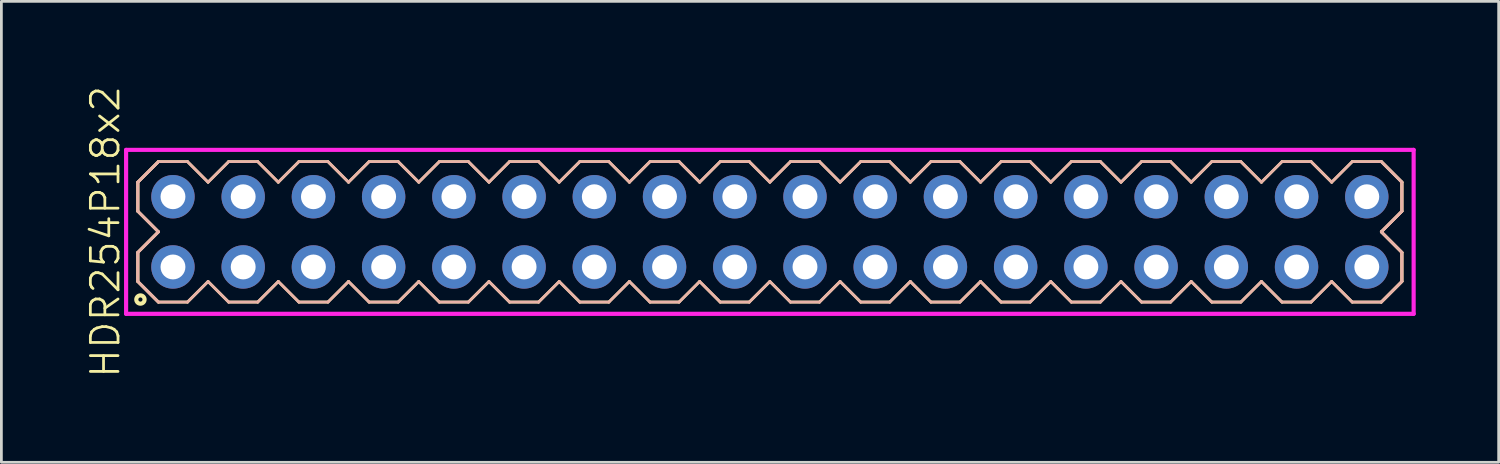
<source format=kicad_pcb>
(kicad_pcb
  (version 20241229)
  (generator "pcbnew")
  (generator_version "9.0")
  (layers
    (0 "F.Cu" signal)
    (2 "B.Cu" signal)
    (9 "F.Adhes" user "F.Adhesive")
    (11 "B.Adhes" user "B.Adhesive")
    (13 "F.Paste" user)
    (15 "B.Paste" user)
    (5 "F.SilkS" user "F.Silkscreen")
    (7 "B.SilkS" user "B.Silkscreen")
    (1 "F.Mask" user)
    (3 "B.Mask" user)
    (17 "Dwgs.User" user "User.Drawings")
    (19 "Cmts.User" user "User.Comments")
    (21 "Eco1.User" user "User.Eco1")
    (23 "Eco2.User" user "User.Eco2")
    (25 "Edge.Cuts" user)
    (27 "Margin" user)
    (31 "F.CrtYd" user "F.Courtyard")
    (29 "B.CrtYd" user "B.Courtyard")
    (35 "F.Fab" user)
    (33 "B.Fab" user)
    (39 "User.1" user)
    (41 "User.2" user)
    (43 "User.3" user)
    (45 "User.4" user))
  (footprint "HDR254P18x2"
    (layer "F.Cu")
    (at 24.796 5.336)
    (property "Reference" "HDR254P18x2" (at -24.035 0 90) (layer "F.SilkS") (effects (font (size 1 1) (thickness 0.1))))
    (attr through_hole)
    (fp_line (start -22.86 -1.796) (end -22.116 -2.54) (stroke (width 0.1) (type solid)) (layer "F.SilkS"))
    (fp_line (start -22.86 -1.796) (end -22.116 -2.54) (stroke (width 0.1) (type solid)) (layer "F.SilkS"))
    (fp_line (start -22.86 -0.744) (end -22.86 -1.796) (stroke (width 0.1) (type solid)) (layer "F.SilkS"))
    (fp_line (start -22.86 -0.744) (end -22.86 -1.796) (stroke (width 0.1) (type solid)) (layer "F.SilkS"))
    (fp_line (start -22.86 0.744) (end -22.116 0) (stroke (width 0.1) (type solid)) (layer "F.SilkS"))
    (fp_line (start -22.86 0.744) (end -22.116 0) (stroke (width 0.1) (type solid)) (layer "F.SilkS"))
    (fp_line (start -22.86 1.796) (end -22.86 0.744) (stroke (width 0.1) (type solid)) (layer "F.SilkS"))
    (fp_line (start -22.86 1.796) (end -22.86 0.744) (stroke (width 0.1) (type solid)) (layer "F.SilkS"))
    (fp_line (start -22.116 -2.54) (end -21.064 -2.54) (stroke (width 0.1) (type solid)) (layer "F.SilkS"))
    (fp_line (start -22.116 0) (end -22.86 -0.744) (stroke (width 0.1) (type solid)) (layer "F.SilkS"))
    (fp_line (start -22.116 0) (end -22.86 -0.744) (stroke (width 0.1) (type solid)) (layer "F.SilkS"))
    (fp_line (start -22.116 2.54) (end -22.86 1.796) (stroke (width 0.1) (type solid)) (layer "F.SilkS"))
    (fp_line (start -22.116 2.54) (end -22.86 1.796) (stroke (width 0.1) (type solid)) (layer "F.SilkS"))
    (fp_line (start -21.064 -2.54) (end -20.32 -1.796) (stroke (width 0.1) (type solid)) (layer "F.SilkS"))
    (fp_line (start -21.064 2.54) (end -22.116 2.54) (stroke (width 0.1) (type solid)) (layer "F.SilkS"))
    (fp_line (start -20.32 -1.796) (end -19.576 -2.54) (stroke (width 0.1) (type solid)) (layer "F.SilkS"))
    (fp_line (start -20.32 1.796) (end -21.064 2.54) (stroke (width 0.1) (type solid)) (layer "F.SilkS"))
    (fp_line (start -19.576 -2.54) (end -18.524 -2.54) (stroke (width 0.1) (type solid)) (layer "F.SilkS"))
    (fp_line (start -19.576 2.54) (end -20.32 1.796) (stroke (width 0.1) (type solid)) (layer "F.SilkS"))
    (fp_line (start -18.524 -2.54) (end -17.78 -1.796) (stroke (width 0.1) (type solid)) (layer "F.SilkS"))
    (fp_line (start -18.524 2.54) (end -19.576 2.54) (stroke (width 0.1) (type solid)) (layer "F.SilkS"))
    (fp_line (start -17.78 -1.796) (end -17.036 -2.54) (stroke (width 0.1) (type solid)) (layer "F.SilkS"))
    (fp_line (start -17.78 1.796) (end -18.524 2.54) (stroke (width 0.1) (type solid)) (layer "F.SilkS"))
    (fp_line (start -17.036 -2.54) (end -15.984 -2.54) (stroke (width 0.1) (type solid)) (layer "F.SilkS"))
    (fp_line (start -17.036 2.54) (end -17.78 1.796) (stroke (width 0.1) (type solid)) (layer "F.SilkS"))
    (fp_line (start -15.984 -2.54) (end -15.24 -1.796) (stroke (width 0.1) (type solid)) (layer "F.SilkS"))
    (fp_line (start -15.984 2.54) (end -17.036 2.54) (stroke (width 0.1) (type solid)) (layer "F.SilkS"))
    (fp_line (start -15.24 -1.796) (end -14.496 -2.54) (stroke (width 0.1) (type solid)) (layer "F.SilkS"))
    (fp_line (start -15.24 1.796) (end -15.984 2.54) (stroke (width 0.1) (type solid)) (layer "F.SilkS"))
    (fp_line (start -14.496 -2.54) (end -13.444 -2.54) (stroke (width 0.1) (type solid)) (layer "F.SilkS"))
    (fp_line (start -14.496 2.54) (end -15.24 1.796) (stroke (width 0.1) (type solid)) (layer "F.SilkS"))
    (fp_line (start -13.444 -2.54) (end -12.7 -1.796) (stroke (width 0.1) (type solid)) (layer "F.SilkS"))
    (fp_line (start -13.444 2.54) (end -14.496 2.54) (stroke (width 0.1) (type solid)) (layer "F.SilkS"))
    (fp_line (start -12.7 -1.796) (end -11.956 -2.54) (stroke (width 0.1) (type solid)) (layer "F.SilkS"))
    (fp_line (start -12.7 1.796) (end -13.444 2.54) (stroke (width 0.1) (type solid)) (layer "F.SilkS"))
    (fp_line (start -11.956 -2.54) (end -10.904 -2.54) (stroke (width 0.1) (type solid)) (layer "F.SilkS"))
    (fp_line (start -11.956 2.54) (end -12.7 1.796) (stroke (width 0.1) (type solid)) (layer "F.SilkS"))
    (fp_line (start -10.904 -2.54) (end -10.16 -1.796) (stroke (width 0.1) (type solid)) (layer "F.SilkS"))
    (fp_line (start -10.904 2.54) (end -11.956 2.54) (stroke (width 0.1) (type solid)) (layer "F.SilkS"))
    (fp_line (start -10.16 -1.796) (end -9.416 -2.54) (stroke (width 0.1) (type solid)) (layer "F.SilkS"))
    (fp_line (start -10.16 1.796) (end -10.904 2.54) (stroke (width 0.1) (type solid)) (layer "F.SilkS"))
    (fp_line (start -9.416 -2.54) (end -8.364 -2.54) (stroke (width 0.1) (type solid)) (layer "F.SilkS"))
    (fp_line (start -9.416 2.54) (end -10.16 1.796) (stroke (width 0.1) (type solid)) (layer "F.SilkS"))
    (fp_line (start -8.364 -2.54) (end -7.62 -1.796) (stroke (width 0.1) (type solid)) (layer "F.SilkS"))
    (fp_line (start -8.364 2.54) (end -9.416 2.54) (stroke (width 0.1) (type solid)) (layer "F.SilkS"))
    (fp_line (start -7.62 -1.796) (end -6.876 -2.54) (stroke (width 0.1) (type solid)) (layer "F.SilkS"))
    (fp_line (start -7.62 1.796) (end -8.364 2.54) (stroke (width 0.1) (type solid)) (layer "F.SilkS"))
    (fp_line (start -6.876 -2.54) (end -5.824 -2.54) (stroke (width 0.1) (type solid)) (layer "F.SilkS"))
    (fp_line (start -6.876 2.54) (end -7.62 1.796) (stroke (width 0.1) (type solid)) (layer "F.SilkS"))
    (fp_line (start -5.824 -2.54) (end -5.08 -1.796) (stroke (width 0.1) (type solid)) (layer "F.SilkS"))
    (fp_line (start -5.824 2.54) (end -6.876 2.54) (stroke (width 0.1) (type solid)) (layer "F.SilkS"))
    (fp_line (start -5.08 -1.796) (end -4.336 -2.54) (stroke (width 0.1) (type solid)) (layer "F.SilkS"))
    (fp_line (start -5.08 1.796) (end -5.824 2.54) (stroke (width 0.1) (type solid)) (layer "F.SilkS"))
    (fp_line (start -4.336 -2.54) (end -3.284 -2.54) (stroke (width 0.1) (type solid)) (layer "F.SilkS"))
    (fp_line (start -4.336 2.54) (end -5.08 1.796) (stroke (width 0.1) (type solid)) (layer "F.SilkS"))
    (fp_line (start -3.284 -2.54) (end -2.54 -1.796) (stroke (width 0.1) (type solid)) (layer "F.SilkS"))
    (fp_line (start -3.284 2.54) (end -4.336 2.54) (stroke (width 0.1) (type solid)) (layer "F.SilkS"))
    (fp_line (start -2.54 -1.796) (end -1.796 -2.54) (stroke (width 0.1) (type solid)) (layer "F.SilkS"))
    (fp_line (start -2.54 1.796) (end -3.284 2.54) (stroke (width 0.1) (type solid)) (layer "F.SilkS"))
    (fp_line (start -1.796 -2.54) (end -0.744 -2.54) (stroke (width 0.1) (type solid)) (layer "F.SilkS"))
    (fp_line (start -1.796 2.54) (end -2.54 1.796) (stroke (width 0.1) (type solid)) (layer "F.SilkS"))
    (fp_line (start -0.744 -2.54) (end 0 -1.796) (stroke (width 0.1) (type solid)) (layer "F.SilkS"))
    (fp_line (start -0.744 2.54) (end -1.796 2.54) (stroke (width 0.1) (type solid)) (layer "F.SilkS"))
    (fp_line (start 0 -1.796) (end 0.744 -2.54) (stroke (width 0.1) (type solid)) (layer "F.SilkS"))
    (fp_line (start 0 1.796) (end -0.744 2.54) (stroke (width 0.1) (type solid)) (layer "F.SilkS"))
    (fp_line (start 0.744 -2.54) (end 1.796 -2.54) (stroke (width 0.1) (type solid)) (layer "F.SilkS"))
    (fp_line (start 0.744 2.54) (end 0 1.796) (stroke (width 0.1) (type solid)) (layer "F.SilkS"))
    (fp_line (start 1.796 -2.54) (end 2.54 -1.796) (stroke (width 0.1) (type solid)) (layer "F.SilkS"))
    (fp_line (start 1.796 2.54) (end 0.744 2.54) (stroke (width 0.1) (type solid)) (layer "F.SilkS"))
    (fp_line (start 2.54 -1.796) (end 3.284 -2.54) (stroke (width 0.1) (type solid)) (layer "F.SilkS"))
    (fp_line (start 2.54 1.796) (end 1.796 2.54) (stroke (width 0.1) (type solid)) (layer "F.SilkS"))
    (fp_line (start 3.284 -2.54) (end 4.336 -2.54) (stroke (width 0.1) (type solid)) (layer "F.SilkS"))
    (fp_line (start 3.284 2.54) (end 2.54 1.796) (stroke (width 0.1) (type solid)) (layer "F.SilkS"))
    (fp_line (start 4.336 -2.54) (end 5.08 -1.796) (stroke (width 0.1) (type solid)) (layer "F.SilkS"))
    (fp_line (start 4.336 2.54) (end 3.284 2.54) (stroke (width 0.1) (type solid)) (layer "F.SilkS"))
    (fp_line (start 5.08 -1.796) (end 5.824 -2.54) (stroke (width 0.1) (type solid)) (layer "F.SilkS"))
    (fp_line (start 5.08 1.796) (end 4.336 2.54) (stroke (width 0.1) (type solid)) (layer "F.SilkS"))
    (fp_line (start 5.824 -2.54) (end 6.876 -2.54) (stroke (width 0.1) (type solid)) (layer "F.SilkS"))
    (fp_line (start 5.824 2.54) (end 5.08 1.796) (stroke (width 0.1) (type solid)) (layer "F.SilkS"))
    (fp_line (start 6.876 -2.54) (end 7.62 -1.796) (stroke (width 0.1) (type solid)) (layer "F.SilkS"))
    (fp_line (start 6.876 2.54) (end 5.824 2.54) (stroke (width 0.1) (type solid)) (layer "F.SilkS"))
    (fp_line (start 7.62 -1.796) (end 8.364 -2.54) (stroke (width 0.1) (type solid)) (layer "F.SilkS"))
    (fp_line (start 7.62 1.796) (end 6.876 2.54) (stroke (width 0.1) (type solid)) (layer "F.SilkS"))
    (fp_line (start 8.364 -2.54) (end 9.416 -2.54) (stroke (width 0.1) (type solid)) (layer "F.SilkS"))
    (fp_line (start 8.364 2.54) (end 7.62 1.796) (stroke (width 0.1) (type solid)) (layer "F.SilkS"))
    (fp_line (start 9.416 -2.54) (end 10.16 -1.796) (stroke (width 0.1) (type solid)) (layer "F.SilkS"))
    (fp_line (start 9.416 2.54) (end 8.364 2.54) (stroke (width 0.1) (type solid)) (layer "F.SilkS"))
    (fp_line (start 10.16 -1.796) (end 10.904 -2.54) (stroke (width 0.1) (type solid)) (layer "F.SilkS"))
    (fp_line (start 10.16 1.796) (end 9.416 2.54) (stroke (width 0.1) (type solid)) (layer "F.SilkS"))
    (fp_line (start 10.904 -2.54) (end 11.956 -2.54) (stroke (width 0.1) (type solid)) (layer "F.SilkS"))
    (fp_line (start 10.904 2.54) (end 10.16 1.796) (stroke (width 0.1) (type solid)) (layer "F.SilkS"))
    (fp_line (start 11.956 -2.54) (end 12.7 -1.796) (stroke (width 0.1) (type solid)) (layer "F.SilkS"))
    (fp_line (start 11.956 2.54) (end 10.904 2.54) (stroke (width 0.1) (type solid)) (layer "F.SilkS"))
    (fp_line (start 12.7 -1.796) (end 13.444 -2.54) (stroke (width 0.1) (type solid)) (layer "F.SilkS"))
    (fp_line (start 12.7 1.796) (end 11.956 2.54) (stroke (width 0.1) (type solid)) (layer "F.SilkS"))
    (fp_line (start 13.444 -2.54) (end 14.496 -2.54) (stroke (width 0.1) (type solid)) (layer "F.SilkS"))
    (fp_line (start 13.444 2.54) (end 12.7 1.796) (stroke (width 0.1) (type solid)) (layer "F.SilkS"))
    (fp_line (start 14.496 -2.54) (end 15.24 -1.796) (stroke (width 0.1) (type solid)) (layer "F.SilkS"))
    (fp_line (start 14.496 2.54) (end 13.444 2.54) (stroke (width 0.1) (type solid)) (layer "F.SilkS"))
    (fp_line (start 15.24 -1.796) (end 15.984 -2.54) (stroke (width 0.1) (type solid)) (layer "F.SilkS"))
    (fp_line (start 15.24 1.796) (end 14.496 2.54) (stroke (width 0.1) (type solid)) (layer "F.SilkS"))
    (fp_line (start 15.984 -2.54) (end 17.036 -2.54) (stroke (width 0.1) (type solid)) (layer "F.SilkS"))
    (fp_line (start 15.984 2.54) (end 15.24 1.796) (stroke (width 0.1) (type solid)) (layer "F.SilkS"))
    (fp_line (start 17.036 -2.54) (end 17.78 -1.796) (stroke (width 0.1) (type solid)) (layer "F.SilkS"))
    (fp_line (start 17.036 2.54) (end 15.984 2.54) (stroke (width 0.1) (type solid)) (layer "F.SilkS"))
    (fp_line (start 17.78 -1.796) (end 18.524 -2.54) (stroke (width 0.1) (type solid)) (layer "F.SilkS"))
    (fp_line (start 17.78 1.796) (end 17.036 2.54) (stroke (width 0.1) (type solid)) (layer "F.SilkS"))
    (fp_line (start 18.524 -2.54) (end 19.576 -2.54) (stroke (width 0.1) (type solid)) (layer "F.SilkS"))
    (fp_line (start 18.524 2.54) (end 17.78 1.796) (stroke (width 0.1) (type solid)) (layer "F.SilkS"))
    (fp_line (start 19.576 -2.54) (end 20.32 -1.796) (stroke (width 0.1) (type solid)) (layer "F.SilkS"))
    (fp_line (start 19.576 2.54) (end 18.524 2.54) (stroke (width 0.1) (type solid)) (layer "F.SilkS"))
    (fp_line (start 20.32 -1.796) (end 21.064 -2.54) (stroke (width 0.1) (type solid)) (layer "F.SilkS"))
    (fp_line (start 20.32 1.796) (end 19.576 2.54) (stroke (width 0.1) (type solid)) (layer "F.SilkS"))
    (fp_line (start 21.064 -2.54) (end 22.116 -2.54) (stroke (width 0.1) (type solid)) (layer "F.SilkS"))
    (fp_line (start 21.064 2.54) (end 20.32 1.796) (stroke (width 0.1) (type solid)) (layer "F.SilkS"))
    (fp_line (start 22.116 -2.54) (end 22.86 -1.796) (stroke (width 0.1) (type solid)) (layer "F.SilkS"))
    (fp_line (start 22.116 -2.54) (end 22.86 -1.796) (stroke (width 0.1) (type solid)) (layer "F.SilkS"))
    (fp_line (start 22.116 0) (end 22.86 0.744) (stroke (width 0.1) (type solid)) (layer "F.SilkS"))
    (fp_line (start 22.116 0) (end 22.86 0.744) (stroke (width 0.1) (type solid)) (layer "F.SilkS"))
    (fp_line (start 22.116 2.54) (end 21.064 2.54) (stroke (width 0.1) (type solid)) (layer "F.SilkS"))
    (fp_line (start 22.86 -1.796) (end 22.86 -0.744) (stroke (width 0.1) (type solid)) (layer "F.SilkS"))
    (fp_line (start 22.86 -1.796) (end 22.86 -0.744) (stroke (width 0.1) (type solid)) (layer "F.SilkS"))
    (fp_line (start 22.86 -0.744) (end 22.116 0) (stroke (width 0.1) (type solid)) (layer "F.SilkS"))
    (fp_line (start 22.86 -0.744) (end 22.116 0) (stroke (width 0.1) (type solid)) (layer "F.SilkS"))
    (fp_line (start 22.86 0.744) (end 22.86 1.796) (stroke (width 0.1) (type solid)) (layer "F.SilkS"))
    (fp_line (start 22.86 0.744) (end 22.86 1.796) (stroke (width 0.1) (type solid)) (layer "F.SilkS"))
    (fp_line (start 22.86 1.796) (end 22.116 2.54) (stroke (width 0.1) (type solid)) (layer "F.SilkS"))
    (fp_line (start 22.86 1.796) (end 22.116 2.54) (stroke (width 0.1) (type solid)) (layer "F.SilkS"))
    (fp_circle (center -22.767 2.448) (end -22.617 2.448) (stroke (width 0.15) (type solid)) (fill no) (layer "F.SilkS"))
    (fp_line (start -22.86 -1.796) (end -22.116 -2.54) (stroke (width 0.1) (type solid)) (layer "B.SilkS"))
    (fp_line (start -22.86 -1.796) (end -22.116 -2.54) (stroke (width 0.1) (type solid)) (layer "B.SilkS"))
    (fp_line (start -22.86 -0.744) (end -22.86 -1.796) (stroke (width 0.1) (type solid)) (layer "B.SilkS"))
    (fp_line (start -22.86 -0.744) (end -22.86 -1.796) (stroke (width 0.1) (type solid)) (layer "B.SilkS"))
    (fp_line (start -22.86 0.744) (end -22.116 0) (stroke (width 0.1) (type solid)) (layer "B.SilkS"))
    (fp_line (start -22.86 0.744) (end -22.116 0) (stroke (width 0.1) (type solid)) (layer "B.SilkS"))
    (fp_line (start -22.86 1.796) (end -22.86 0.744) (stroke (width 0.1) (type solid)) (layer "B.SilkS"))
    (fp_line (start -22.86 1.796) (end -22.86 0.744) (stroke (width 0.1) (type solid)) (layer "B.SilkS"))
    (fp_line (start -22.116 -2.54) (end -21.064 -2.54) (stroke (width 0.1) (type solid)) (layer "B.SilkS"))
    (fp_line (start -22.116 0) (end -22.86 -0.744) (stroke (width 0.1) (type solid)) (layer "B.SilkS"))
    (fp_line (start -22.116 0) (end -22.86 -0.744) (stroke (width 0.1) (type solid)) (layer "B.SilkS"))
    (fp_line (start -22.116 2.54) (end -22.86 1.796) (stroke (width 0.1) (type solid)) (layer "B.SilkS"))
    (fp_line (start -22.116 2.54) (end -22.86 1.796) (stroke (width 0.1) (type solid)) (layer "B.SilkS"))
    (fp_line (start -21.064 -2.54) (end -20.32 -1.796) (stroke (width 0.1) (type solid)) (layer "B.SilkS"))
    (fp_line (start -21.064 2.54) (end -22.116 2.54) (stroke (width 0.1) (type solid)) (layer "B.SilkS"))
    (fp_line (start -20.32 -1.796) (end -19.576 -2.54) (stroke (width 0.1) (type solid)) (layer "B.SilkS"))
    (fp_line (start -20.32 1.796) (end -21.064 2.54) (stroke (width 0.1) (type solid)) (layer "B.SilkS"))
    (fp_line (start -19.576 -2.54) (end -18.524 -2.54) (stroke (width 0.1) (type solid)) (layer "B.SilkS"))
    (fp_line (start -19.576 2.54) (end -20.32 1.796) (stroke (width 0.1) (type solid)) (layer "B.SilkS"))
    (fp_line (start -18.524 -2.54) (end -17.78 -1.796) (stroke (width 0.1) (type solid)) (layer "B.SilkS"))
    (fp_line (start -18.524 2.54) (end -19.576 2.54) (stroke (width 0.1) (type solid)) (layer "B.SilkS"))
    (fp_line (start -17.78 -1.796) (end -17.036 -2.54) (stroke (width 0.1) (type solid)) (layer "B.SilkS"))
    (fp_line (start -17.78 1.796) (end -18.524 2.54) (stroke (width 0.1) (type solid)) (layer "B.SilkS"))
    (fp_line (start -17.036 -2.54) (end -15.984 -2.54) (stroke (width 0.1) (type solid)) (layer "B.SilkS"))
    (fp_line (start -17.036 2.54) (end -17.78 1.796) (stroke (width 0.1) (type solid)) (layer "B.SilkS"))
    (fp_line (start -15.984 -2.54) (end -15.24 -1.796) (stroke (width 0.1) (type solid)) (layer "B.SilkS"))
    (fp_line (start -15.984 2.54) (end -17.036 2.54) (stroke (width 0.1) (type solid)) (layer "B.SilkS"))
    (fp_line (start -15.24 -1.796) (end -14.496 -2.54) (stroke (width 0.1) (type solid)) (layer "B.SilkS"))
    (fp_line (start -15.24 1.796) (end -15.984 2.54) (stroke (width 0.1) (type solid)) (layer "B.SilkS"))
    (fp_line (start -14.496 -2.54) (end -13.444 -2.54) (stroke (width 0.1) (type solid)) (layer "B.SilkS"))
    (fp_line (start -14.496 2.54) (end -15.24 1.796) (stroke (width 0.1) (type solid)) (layer "B.SilkS"))
    (fp_line (start -13.444 -2.54) (end -12.7 -1.796) (stroke (width 0.1) (type solid)) (layer "B.SilkS"))
    (fp_line (start -13.444 2.54) (end -14.496 2.54) (stroke (width 0.1) (type solid)) (layer "B.SilkS"))
    (fp_line (start -12.7 -1.796) (end -11.956 -2.54) (stroke (width 0.1) (type solid)) (layer "B.SilkS"))
    (fp_line (start -12.7 1.796) (end -13.444 2.54) (stroke (width 0.1) (type solid)) (layer "B.SilkS"))
    (fp_line (start -11.956 -2.54) (end -10.904 -2.54) (stroke (width 0.1) (type solid)) (layer "B.SilkS"))
    (fp_line (start -11.956 2.54) (end -12.7 1.796) (stroke (width 0.1) (type solid)) (layer "B.SilkS"))
    (fp_line (start -10.904 -2.54) (end -10.16 -1.796) (stroke (width 0.1) (type solid)) (layer "B.SilkS"))
    (fp_line (start -10.904 2.54) (end -11.956 2.54) (stroke (width 0.1) (type solid)) (layer "B.SilkS"))
    (fp_line (start -10.16 -1.796) (end -9.416 -2.54) (stroke (width 0.1) (type solid)) (layer "B.SilkS"))
    (fp_line (start -10.16 1.796) (end -10.904 2.54) (stroke (width 0.1) (type solid)) (layer "B.SilkS"))
    (fp_line (start -9.416 -2.54) (end -8.364 -2.54) (stroke (width 0.1) (type solid)) (layer "B.SilkS"))
    (fp_line (start -9.416 2.54) (end -10.16 1.796) (stroke (width 0.1) (type solid)) (layer "B.SilkS"))
    (fp_line (start -8.364 -2.54) (end -7.62 -1.796) (stroke (width 0.1) (type solid)) (layer "B.SilkS"))
    (fp_line (start -8.364 2.54) (end -9.416 2.54) (stroke (width 0.1) (type solid)) (layer "B.SilkS"))
    (fp_line (start -7.62 -1.796) (end -6.876 -2.54) (stroke (width 0.1) (type solid)) (layer "B.SilkS"))
    (fp_line (start -7.62 1.796) (end -8.364 2.54) (stroke (width 0.1) (type solid)) (layer "B.SilkS"))
    (fp_line (start -6.876 -2.54) (end -5.824 -2.54) (stroke (width 0.1) (type solid)) (layer "B.SilkS"))
    (fp_line (start -6.876 2.54) (end -7.62 1.796) (stroke (width 0.1) (type solid)) (layer "B.SilkS"))
    (fp_line (start -5.824 -2.54) (end -5.08 -1.796) (stroke (width 0.1) (type solid)) (layer "B.SilkS"))
    (fp_line (start -5.824 2.54) (end -6.876 2.54) (stroke (width 0.1) (type solid)) (layer "B.SilkS"))
    (fp_line (start -5.08 -1.796) (end -4.336 -2.54) (stroke (width 0.1) (type solid)) (layer "B.SilkS"))
    (fp_line (start -5.08 1.796) (end -5.824 2.54) (stroke (width 0.1) (type solid)) (layer "B.SilkS"))
    (fp_line (start -4.336 -2.54) (end -3.284 -2.54) (stroke (width 0.1) (type solid)) (layer "B.SilkS"))
    (fp_line (start -4.336 2.54) (end -5.08 1.796) (stroke (width 0.1) (type solid)) (layer "B.SilkS"))
    (fp_line (start -3.284 -2.54) (end -2.54 -1.796) (stroke (width 0.1) (type solid)) (layer "B.SilkS"))
    (fp_line (start -3.284 2.54) (end -4.336 2.54) (stroke (width 0.1) (type solid)) (layer "B.SilkS"))
    (fp_line (start -2.54 -1.796) (end -1.796 -2.54) (stroke (width 0.1) (type solid)) (layer "B.SilkS"))
    (fp_line (start -2.54 1.796) (end -3.284 2.54) (stroke (width 0.1) (type solid)) (layer "B.SilkS"))
    (fp_line (start -1.796 -2.54) (end -0.744 -2.54) (stroke (width 0.1) (type solid)) (layer "B.SilkS"))
    (fp_line (start -1.796 2.54) (end -2.54 1.796) (stroke (width 0.1) (type solid)) (layer "B.SilkS"))
    (fp_line (start -0.744 -2.54) (end 0 -1.796) (stroke (width 0.1) (type solid)) (layer "B.SilkS"))
    (fp_line (start -0.744 2.54) (end -1.796 2.54) (stroke (width 0.1) (type solid)) (layer "B.SilkS"))
    (fp_line (start 0 -1.796) (end 0.744 -2.54) (stroke (width 0.1) (type solid)) (layer "B.SilkS"))
    (fp_line (start 0 1.796) (end -0.744 2.54) (stroke (width 0.1) (type solid)) (layer "B.SilkS"))
    (fp_line (start 0.744 -2.54) (end 1.796 -2.54) (stroke (width 0.1) (type solid)) (layer "B.SilkS"))
    (fp_line (start 0.744 2.54) (end 0 1.796) (stroke (width 0.1) (type solid)) (layer "B.SilkS"))
    (fp_line (start 1.796 -2.54) (end 2.54 -1.796) (stroke (width 0.1) (type solid)) (layer "B.SilkS"))
    (fp_line (start 1.796 2.54) (end 0.744 2.54) (stroke (width 0.1) (type solid)) (layer "B.SilkS"))
    (fp_line (start 2.54 -1.796) (end 3.284 -2.54) (stroke (width 0.1) (type solid)) (layer "B.SilkS"))
    (fp_line (start 2.54 1.796) (end 1.796 2.54) (stroke (width 0.1) (type solid)) (layer "B.SilkS"))
    (fp_line (start 3.284 -2.54) (end 4.336 -2.54) (stroke (width 0.1) (type solid)) (layer "B.SilkS"))
    (fp_line (start 3.284 2.54) (end 2.54 1.796) (stroke (width 0.1) (type solid)) (layer "B.SilkS"))
    (fp_line (start 4.336 -2.54) (end 5.08 -1.796) (stroke (width 0.1) (type solid)) (layer "B.SilkS"))
    (fp_line (start 4.336 2.54) (end 3.284 2.54) (stroke (width 0.1) (type solid)) (layer "B.SilkS"))
    (fp_line (start 5.08 -1.796) (end 5.824 -2.54) (stroke (width 0.1) (type solid)) (layer "B.SilkS"))
    (fp_line (start 5.08 1.796) (end 4.336 2.54) (stroke (width 0.1) (type solid)) (layer "B.SilkS"))
    (fp_line (start 5.824 -2.54) (end 6.876 -2.54) (stroke (width 0.1) (type solid)) (layer "B.SilkS"))
    (fp_line (start 5.824 2.54) (end 5.08 1.796) (stroke (width 0.1) (type solid)) (layer "B.SilkS"))
    (fp_line (start 6.876 -2.54) (end 7.62 -1.796) (stroke (width 0.1) (type solid)) (layer "B.SilkS"))
    (fp_line (start 6.876 2.54) (end 5.824 2.54) (stroke (width 0.1) (type solid)) (layer "B.SilkS"))
    (fp_line (start 7.62 -1.796) (end 8.364 -2.54) (stroke (width 0.1) (type solid)) (layer "B.SilkS"))
    (fp_line (start 7.62 1.796) (end 6.876 2.54) (stroke (width 0.1) (type solid)) (layer "B.SilkS"))
    (fp_line (start 8.364 -2.54) (end 9.416 -2.54) (stroke (width 0.1) (type solid)) (layer "B.SilkS"))
    (fp_line (start 8.364 2.54) (end 7.62 1.796) (stroke (width 0.1) (type solid)) (layer "B.SilkS"))
    (fp_line (start 9.416 -2.54) (end 10.16 -1.796) (stroke (width 0.1) (type solid)) (layer "B.SilkS"))
    (fp_line (start 9.416 2.54) (end 8.364 2.54) (stroke (width 0.1) (type solid)) (layer "B.SilkS"))
    (fp_line (start 10.16 -1.796) (end 10.904 -2.54) (stroke (width 0.1) (type solid)) (layer "B.SilkS"))
    (fp_line (start 10.16 1.796) (end 9.416 2.54) (stroke (width 0.1) (type solid)) (layer "B.SilkS"))
    (fp_line (start 10.904 -2.54) (end 11.956 -2.54) (stroke (width 0.1) (type solid)) (layer "B.SilkS"))
    (fp_line (start 10.904 2.54) (end 10.16 1.796) (stroke (width 0.1) (type solid)) (layer "B.SilkS"))
    (fp_line (start 11.956 -2.54) (end 12.7 -1.796) (stroke (width 0.1) (type solid)) (layer "B.SilkS"))
    (fp_line (start 11.956 2.54) (end 10.904 2.54) (stroke (width 0.1) (type solid)) (layer "B.SilkS"))
    (fp_line (start 12.7 -1.796) (end 13.444 -2.54) (stroke (width 0.1) (type solid)) (layer "B.SilkS"))
    (fp_line (start 12.7 1.796) (end 11.956 2.54) (stroke (width 0.1) (type solid)) (layer "B.SilkS"))
    (fp_line (start 13.444 -2.54) (end 14.496 -2.54) (stroke (width 0.1) (type solid)) (layer "B.SilkS"))
    (fp_line (start 13.444 2.54) (end 12.7 1.796) (stroke (width 0.1) (type solid)) (layer "B.SilkS"))
    (fp_line (start 14.496 -2.54) (end 15.24 -1.796) (stroke (width 0.1) (type solid)) (layer "B.SilkS"))
    (fp_line (start 14.496 2.54) (end 13.444 2.54) (stroke (width 0.1) (type solid)) (layer "B.SilkS"))
    (fp_line (start 15.24 -1.796) (end 15.984 -2.54) (stroke (width 0.1) (type solid)) (layer "B.SilkS"))
    (fp_line (start 15.24 1.796) (end 14.496 2.54) (stroke (width 0.1) (type solid)) (layer "B.SilkS"))
    (fp_line (start 15.984 -2.54) (end 17.036 -2.54) (stroke (width 0.1) (type solid)) (layer "B.SilkS"))
    (fp_line (start 15.984 2.54) (end 15.24 1.796) (stroke (width 0.1) (type solid)) (layer "B.SilkS"))
    (fp_line (start 17.036 -2.54) (end 17.78 -1.796) (stroke (width 0.1) (type solid)) (layer "B.SilkS"))
    (fp_line (start 17.036 2.54) (end 15.984 2.54) (stroke (width 0.1) (type solid)) (layer "B.SilkS"))
    (fp_line (start 17.78 -1.796) (end 18.524 -2.54) (stroke (width 0.1) (type solid)) (layer "B.SilkS"))
    (fp_line (start 17.78 1.796) (end 17.036 2.54) (stroke (width 0.1) (type solid)) (layer "B.SilkS"))
    (fp_line (start 18.524 -2.54) (end 19.576 -2.54) (stroke (width 0.1) (type solid)) (layer "B.SilkS"))
    (fp_line (start 18.524 2.54) (end 17.78 1.796) (stroke (width 0.1) (type solid)) (layer "B.SilkS"))
    (fp_line (start 19.576 -2.54) (end 20.32 -1.796) (stroke (width 0.1) (type solid)) (layer "B.SilkS"))
    (fp_line (start 19.576 2.54) (end 18.524 2.54) (stroke (width 0.1) (type solid)) (layer "B.SilkS"))
    (fp_line (start 20.32 -1.796) (end 21.064 -2.54) (stroke (width 0.1) (type solid)) (layer "B.SilkS"))
    (fp_line (start 20.32 1.796) (end 19.576 2.54) (stroke (width 0.1) (type solid)) (layer "B.SilkS"))
    (fp_line (start 21.064 -2.54) (end 22.116 -2.54) (stroke (width 0.1) (type solid)) (layer "B.SilkS"))
    (fp_line (start 21.064 2.54) (end 20.32 1.796) (stroke (width 0.1) (type solid)) (layer "B.SilkS"))
    (fp_line (start 22.116 -2.54) (end 22.86 -1.796) (stroke (width 0.1) (type solid)) (layer "B.SilkS"))
    (fp_line (start 22.116 -2.54) (end 22.86 -1.796) (stroke (width 0.1) (type solid)) (layer "B.SilkS"))
    (fp_line (start 22.116 0) (end 22.86 0.744) (stroke (width 0.1) (type solid)) (layer "B.SilkS"))
    (fp_line (start 22.116 0) (end 22.86 0.744) (stroke (width 0.1) (type solid)) (layer "B.SilkS"))
    (fp_line (start 22.116 2.54) (end 21.064 2.54) (stroke (width 0.1) (type solid)) (layer "B.SilkS"))
    (fp_line (start 22.86 -1.796) (end 22.86 -0.744) (stroke (width 0.1) (type solid)) (layer "B.SilkS"))
    (fp_line (start 22.86 -1.796) (end 22.86 -0.744) (stroke (width 0.1) (type solid)) (layer "B.SilkS"))
    (fp_line (start 22.86 -0.744) (end 22.116 0) (stroke (width 0.1) (type solid)) (layer "B.SilkS"))
    (fp_line (start 22.86 -0.744) (end 22.116 0) (stroke (width 0.1) (type solid)) (layer "B.SilkS"))
    (fp_line (start 22.86 0.744) (end 22.86 1.796) (stroke (width 0.1) (type solid)) (layer "B.SilkS"))
    (fp_line (start 22.86 0.744) (end 22.86 1.796) (stroke (width 0.1) (type solid)) (layer "B.SilkS"))
    (fp_line (start 22.86 1.796) (end 22.116 2.54) (stroke (width 0.1) (type solid)) (layer "B.SilkS"))
    (fp_line (start 22.86 1.796) (end 22.116 2.54) (stroke (width 0.1) (type solid)) (layer "B.SilkS"))
    (fp_line (start -23.285 -2.965) (end -23.285 2.965) (stroke (width 0.15) (type solid)) (layer "F.CrtYd"))
    (fp_line (start -23.285 2.965) (end 23.285 2.965) (stroke (width 0.15) (type solid)) (layer "F.CrtYd"))
    (fp_line (start 23.285 -2.965) (end -23.285 -2.965) (stroke (width 0.15) (type solid)) (layer "F.CrtYd"))
    (fp_line (start 23.285 2.965) (end 23.285 -2.965) (stroke (width 0.15) (type solid)) (layer "F.CrtYd"))
    (pad "1" thru_hole oval (at -21.59 1.27) (size 1.57 1.57) (drill 0.9) (layers "*.Cu" "*.Mask"))
    (pad "2" thru_hole oval (at -21.59 -1.27) (size 1.57 1.57) (drill 0.9) (layers "*.Cu" "*.Mask"))
    (pad "3" thru_hole oval (at -19.05 1.27) (size 1.57 1.57) (drill 0.9) (layers "*.Cu" "*.Mask"))
    (pad "4" thru_hole oval (at -19.05 -1.27) (size 1.57 1.57) (drill 0.9) (layers "*.Cu" "*.Mask"))
    (pad "5" thru_hole oval (at -16.51 1.27) (size 1.57 1.57) (drill 0.9) (layers "*.Cu" "*.Mask"))
    (pad "6" thru_hole oval (at -16.51 -1.27) (size 1.57 1.57) (drill 0.9) (layers "*.Cu" "*.Mask"))
    (pad "7" thru_hole oval (at -13.97 1.27) (size 1.57 1.57) (drill 0.9) (layers "*.Cu" "*.Mask"))
    (pad "8" thru_hole oval (at -13.97 -1.27) (size 1.57 1.57) (drill 0.9) (layers "*.Cu" "*.Mask"))
    (pad "9" thru_hole oval (at -11.43 1.27) (size 1.57 1.57) (drill 0.9) (layers "*.Cu" "*.Mask"))
    (pad "10" thru_hole oval (at -11.43 -1.27) (size 1.57 1.57) (drill 0.9) (layers "*.Cu" "*.Mask"))
    (pad "11" thru_hole oval (at -8.89 1.27) (size 1.57 1.57) (drill 0.9) (layers "*.Cu" "*.Mask"))
    (pad "12" thru_hole oval (at -8.89 -1.27) (size 1.57 1.57) (drill 0.9) (layers "*.Cu" "*.Mask"))
    (pad "13" thru_hole oval (at -6.35 1.27) (size 1.57 1.57) (drill 0.9) (layers "*.Cu" "*.Mask"))
    (pad "14" thru_hole oval (at -6.35 -1.27) (size 1.57 1.57) (drill 0.9) (layers "*.Cu" "*.Mask"))
    (pad "15" thru_hole oval (at -3.81 1.27) (size 1.57 1.57) (drill 0.9) (layers "*.Cu" "*.Mask"))
    (pad "16" thru_hole oval (at -3.81 -1.27) (size 1.57 1.57) (drill 0.9) (layers "*.Cu" "*.Mask"))
    (pad "17" thru_hole oval (at -1.27 1.27) (size 1.57 1.57) (drill 0.9) (layers "*.Cu" "*.Mask"))
    (pad "18" thru_hole oval (at -1.27 -1.27) (size 1.57 1.57) (drill 0.9) (layers "*.Cu" "*.Mask"))
    (pad "19" thru_hole oval (at 1.27 1.27) (size 1.57 1.57) (drill 0.9) (layers "*.Cu" "*.Mask"))
    (pad "20" thru_hole oval (at 1.27 -1.27) (size 1.57 1.57) (drill 0.9) (layers "*.Cu" "*.Mask"))
    (pad "21" thru_hole oval (at 3.81 1.27) (size 1.57 1.57) (drill 0.9) (layers "*.Cu" "*.Mask"))
    (pad "22" thru_hole oval (at 3.81 -1.27) (size 1.57 1.57) (drill 0.9) (layers "*.Cu" "*.Mask"))
    (pad "23" thru_hole oval (at 6.35 1.27) (size 1.57 1.57) (drill 0.9) (layers "*.Cu" "*.Mask"))
    (pad "24" thru_hole oval (at 6.35 -1.27) (size 1.57 1.57) (drill 0.9) (layers "*.Cu" "*.Mask"))
    (pad "25" thru_hole oval (at 8.89 1.27) (size 1.57 1.57) (drill 0.9) (layers "*.Cu" "*.Mask"))
    (pad "26" thru_hole oval (at 8.89 -1.27) (size 1.57 1.57) (drill 0.9) (layers "*.Cu" "*.Mask"))
    (pad "27" thru_hole oval (at 11.43 1.27) (size 1.57 1.57) (drill 0.9) (layers "*.Cu" "*.Mask"))
    (pad "28" thru_hole oval (at 11.43 -1.27) (size 1.57 1.57) (drill 0.9) (layers "*.Cu" "*.Mask"))
    (pad "29" thru_hole oval (at 13.97 1.27) (size 1.57 1.57) (drill 0.9) (layers "*.Cu" "*.Mask"))
    (pad "30" thru_hole oval (at 13.97 -1.27) (size 1.57 1.57) (drill 0.9) (layers "*.Cu" "*.Mask"))
    (pad "31" thru_hole oval (at 16.51 1.27) (size 1.57 1.57) (drill 0.9) (layers "*.Cu" "*.Mask"))
    (pad "32" thru_hole oval (at 16.51 -1.27) (size 1.57 1.57) (drill 0.9) (layers "*.Cu" "*.Mask"))
    (pad "33" thru_hole oval (at 19.05 1.27) (size 1.57 1.57) (drill 0.9) (layers "*.Cu" "*.Mask"))
    (pad "34" thru_hole oval (at 19.05 -1.27) (size 1.57 1.57) (drill 0.9) (layers "*.Cu" "*.Mask"))
    (pad "35" thru_hole oval (at 21.59 1.27) (size 1.57 1.57) (drill 0.9) (layers "*.Cu" "*.Mask"))
    (pad "36" thru_hole oval (at 21.59 -1.27) (size 1.57 1.57) (drill 0.9) (layers "*.Cu" "*.Mask")))
  (gr_rect
    (start -3 -3)
    (end 51.156 13.671)
    (stroke (width 0.1) (type default))
    (fill no)
    (layer "Edge.Cuts")))
</source>
